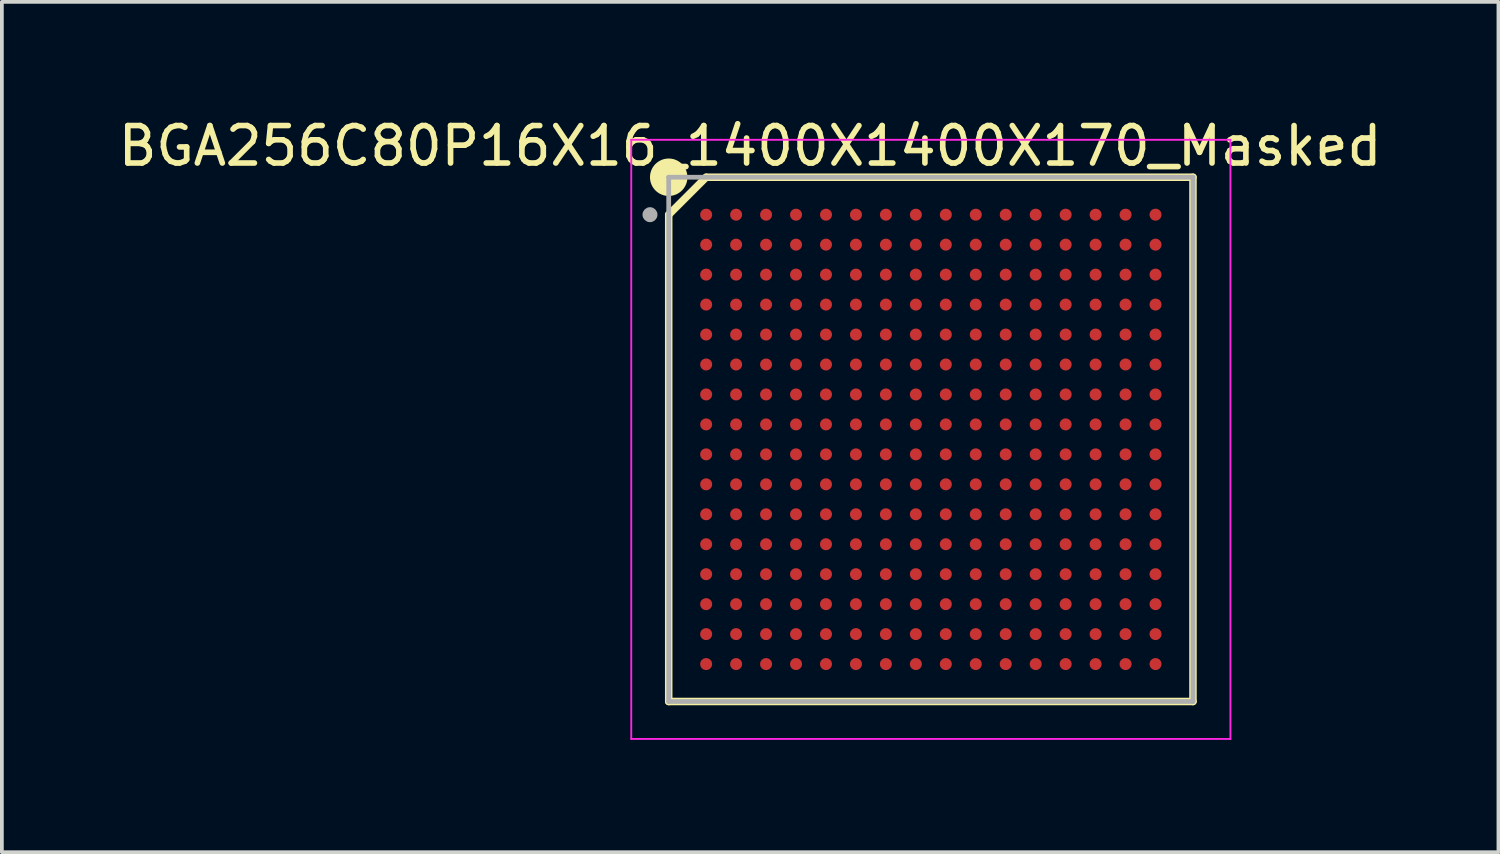
<source format=kicad_pcb>
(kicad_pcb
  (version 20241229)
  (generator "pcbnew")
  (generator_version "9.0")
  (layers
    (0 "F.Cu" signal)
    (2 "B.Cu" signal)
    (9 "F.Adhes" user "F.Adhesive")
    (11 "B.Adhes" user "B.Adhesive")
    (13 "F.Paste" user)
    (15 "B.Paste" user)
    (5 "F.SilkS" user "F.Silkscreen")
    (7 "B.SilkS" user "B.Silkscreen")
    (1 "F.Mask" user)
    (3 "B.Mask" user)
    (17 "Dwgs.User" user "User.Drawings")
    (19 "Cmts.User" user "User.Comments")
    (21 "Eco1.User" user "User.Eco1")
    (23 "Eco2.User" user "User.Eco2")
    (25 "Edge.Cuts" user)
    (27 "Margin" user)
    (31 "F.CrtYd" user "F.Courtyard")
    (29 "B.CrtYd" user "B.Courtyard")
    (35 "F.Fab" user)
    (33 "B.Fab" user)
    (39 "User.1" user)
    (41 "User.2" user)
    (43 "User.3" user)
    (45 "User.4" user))
  (footprint "BGA256C80P16X16_1400X1400X170_Masked"
    (layer "F.Cu")
    (at 21.807 8.683)
    (property "Reference" "BGA256C80P16X16_1400X1400X170_Masked" (at -4.825 -7.835 0) (layer "F.SilkS") (effects (font (size 1 1) (thickness 0.15))))
    (attr smd)
    (fp_line (start -7 -6) (end -6 -7) (stroke (width 0.2) (type solid)) (layer "F.SilkS"))
    (fp_line (start -7 7) (end -7 -6) (stroke (width 0.2) (type solid)) (layer "F.SilkS"))
    (fp_line (start -6 -7) (end 7 -7) (stroke (width 0.2) (type solid)) (layer "F.SilkS"))
    (fp_line (start 7 -7) (end 7 7) (stroke (width 0.2) (type solid)) (layer "F.SilkS"))
    (fp_line (start 7 7) (end -7 7) (stroke (width 0.2) (type solid)) (layer "F.SilkS"))
    (fp_circle (center -7 -7) (end -7 -7.4) (stroke (width 0.2) (type solid)) (fill yes) (layer "F.SilkS"))
    (fp_line (start -8 -8) (end 8 -8) (stroke (width 0.05) (type solid)) (layer "F.CrtYd"))
    (fp_line (start -8 8) (end -8 -8) (stroke (width 0.05) (type solid)) (layer "F.CrtYd"))
    (fp_line (start -8 8) (end 8 8) (stroke (width 0.05) (type solid)) (layer "F.CrtYd"))
    (fp_line (start 8 8) (end 8 -8) (stroke (width 0.05) (type solid)) (layer "F.CrtYd"))
    (fp_line (start -7 7) (end -7 -7) (stroke (width 0.127) (type solid)) (layer "F.Fab"))
    (fp_line (start 7 -7) (end -7 -7) (stroke (width 0.127) (type solid)) (layer "F.Fab"))
    (fp_line (start 7 7) (end -7 7) (stroke (width 0.127) (type solid)) (layer "F.Fab"))
    (fp_line (start 7 7) (end 7 -7) (stroke (width 0.127) (type solid)) (layer "F.Fab"))
    (fp_circle (center -7.5 -6) (end -7.4 -6) (stroke (width 0.2) (type solid)) (fill no) (layer "F.Fab"))
    (pad "A1" smd circle (at -6 -6) (size 0.32 0.32) (property pad_prop_bga) (layers "F.Cu" "F.Mask" "F.Paste"))
    (pad "A2" smd circle (at -5.2 -6) (size 0.32 0.32) (property pad_prop_bga) (layers "F.Cu" "F.Mask" "F.Paste"))
    (pad "A3" smd circle (at -4.4 -6) (size 0.32 0.32) (property pad_prop_bga) (layers "F.Cu" "F.Mask" "F.Paste"))
    (pad "A4" smd circle (at -3.6 -6) (size 0.32 0.32) (property pad_prop_bga) (layers "F.Cu" "F.Mask" "F.Paste"))
    (pad "A5" smd circle (at -2.8 -6) (size 0.32 0.32) (property pad_prop_bga) (layers "F.Cu" "F.Mask" "F.Paste"))
    (pad "A6" smd circle (at -2 -6) (size 0.32 0.32) (property pad_prop_bga) (layers "F.Cu" "F.Mask" "F.Paste"))
    (pad "A7" smd circle (at -1.2 -6) (size 0.32 0.32) (property pad_prop_bga) (layers "F.Cu" "F.Mask" "F.Paste"))
    (pad "A8" smd circle (at -0.4 -6) (size 0.32 0.32) (property pad_prop_bga) (layers "F.Cu" "F.Mask" "F.Paste"))
    (pad "A9" smd circle (at 0.4 -6) (size 0.32 0.32) (property pad_prop_bga) (layers "F.Cu" "F.Mask" "F.Paste"))
    (pad "A10" smd circle (at 1.2 -6) (size 0.32 0.32) (property pad_prop_bga) (layers "F.Cu" "F.Mask" "F.Paste"))
    (pad "A11" smd circle (at 2 -6) (size 0.32 0.32) (property pad_prop_bga) (layers "F.Cu" "F.Mask" "F.Paste"))
    (pad "A12" smd circle (at 2.8 -6) (size 0.32 0.32) (property pad_prop_bga) (layers "F.Cu" "F.Mask" "F.Paste"))
    (pad "A13" smd circle (at 3.6 -6) (size 0.32 0.32) (property pad_prop_bga) (layers "F.Cu" "F.Mask" "F.Paste"))
    (pad "A14" smd circle (at 4.4 -6) (size 0.32 0.32) (property pad_prop_bga) (layers "F.Cu" "F.Mask" "F.Paste"))
    (pad "A15" smd circle (at 5.2 -6) (size 0.32 0.32) (property pad_prop_bga) (layers "F.Cu" "F.Mask" "F.Paste"))
    (pad "A16" smd circle (at 6 -6) (size 0.32 0.32) (property pad_prop_bga) (layers "F.Cu" "F.Mask" "F.Paste"))
    (pad "B1" smd circle (at -6 -5.2) (size 0.32 0.32) (property pad_prop_bga) (layers "F.Cu" "F.Mask" "F.Paste"))
    (pad "B2" smd circle (at -5.2 -5.2) (size 0.32 0.32) (property pad_prop_bga) (layers "F.Cu" "F.Mask" "F.Paste"))
    (pad "B3" smd circle (at -4.4 -5.2) (size 0.32 0.32) (property pad_prop_bga) (layers "F.Cu" "F.Mask" "F.Paste"))
    (pad "B4" smd circle (at -3.6 -5.2) (size 0.32 0.32) (property pad_prop_bga) (layers "F.Cu" "F.Mask" "F.Paste"))
    (pad "B5" smd circle (at -2.8 -5.2) (size 0.32 0.32) (property pad_prop_bga) (layers "F.Cu" "F.Mask" "F.Paste"))
    (pad "B6" smd circle (at -2 -5.2) (size 0.32 0.32) (property pad_prop_bga) (layers "F.Cu" "F.Mask" "F.Paste"))
    (pad "B7" smd circle (at -1.2 -5.2) (size 0.32 0.32) (property pad_prop_bga) (layers "F.Cu" "F.Mask" "F.Paste"))
    (pad "B8" smd circle (at -0.4 -5.2) (size 0.32 0.32) (property pad_prop_bga) (layers "F.Cu" "F.Mask" "F.Paste"))
    (pad "B9" smd circle (at 0.4 -5.2) (size 0.32 0.32) (property pad_prop_bga) (layers "F.Cu" "F.Mask" "F.Paste"))
    (pad "B10" smd circle (at 1.2 -5.2) (size 0.32 0.32) (property pad_prop_bga) (layers "F.Cu" "F.Mask" "F.Paste"))
    (pad "B11" smd circle (at 2 -5.2) (size 0.32 0.32) (property pad_prop_bga) (layers "F.Cu" "F.Mask" "F.Paste"))
    (pad "B12" smd circle (at 2.8 -5.2) (size 0.32 0.32) (property pad_prop_bga) (layers "F.Cu" "F.Mask" "F.Paste"))
    (pad "B13" smd circle (at 3.6 -5.2) (size 0.32 0.32) (property pad_prop_bga) (layers "F.Cu" "F.Mask" "F.Paste"))
    (pad "B14" smd circle (at 4.4 -5.2) (size 0.32 0.32) (property pad_prop_bga) (layers "F.Cu" "F.Mask" "F.Paste"))
    (pad "B15" smd circle (at 5.2 -5.2) (size 0.32 0.32) (property pad_prop_bga) (layers "F.Cu" "F.Mask" "F.Paste"))
    (pad "B16" smd circle (at 6 -5.2) (size 0.32 0.32) (property pad_prop_bga) (layers "F.Cu" "F.Mask" "F.Paste"))
    (pad "C1" smd circle (at -6 -4.4) (size 0.32 0.32) (property pad_prop_bga) (layers "F.Cu" "F.Mask" "F.Paste"))
    (pad "C2" smd circle (at -5.2 -4.4) (size 0.32 0.32) (property pad_prop_bga) (layers "F.Cu" "F.Mask" "F.Paste"))
    (pad "C3" smd circle (at -4.4 -4.4) (size 0.32 0.32) (property pad_prop_bga) (layers "F.Cu" "F.Mask" "F.Paste"))
    (pad "C4" smd circle (at -3.6 -4.4) (size 0.32 0.32) (property pad_prop_bga) (layers "F.Cu" "F.Mask" "F.Paste"))
    (pad "C5" smd circle (at -2.8 -4.4) (size 0.32 0.32) (property pad_prop_bga) (layers "F.Cu" "F.Mask" "F.Paste"))
    (pad "C6" smd circle (at -2 -4.4) (size 0.32 0.32) (property pad_prop_bga) (layers "F.Cu" "F.Mask" "F.Paste"))
    (pad "C7" smd circle (at -1.2 -4.4) (size 0.32 0.32) (property pad_prop_bga) (layers "F.Cu" "F.Mask" "F.Paste"))
    (pad "C8" smd circle (at -0.4 -4.4) (size 0.32 0.32) (property pad_prop_bga) (layers "F.Cu" "F.Mask" "F.Paste"))
    (pad "C9" smd circle (at 0.4 -4.4) (size 0.32 0.32) (property pad_prop_bga) (layers "F.Cu" "F.Mask" "F.Paste"))
    (pad "C10" smd circle (at 1.2 -4.4) (size 0.32 0.32) (property pad_prop_bga) (layers "F.Cu" "F.Mask" "F.Paste"))
    (pad "C11" smd circle (at 2 -4.4) (size 0.32 0.32) (property pad_prop_bga) (layers "F.Cu" "F.Mask" "F.Paste"))
    (pad "C12" smd circle (at 2.8 -4.4) (size 0.32 0.32) (property pad_prop_bga) (layers "F.Cu" "F.Mask" "F.Paste"))
    (pad "C13" smd circle (at 3.6 -4.4) (size 0.32 0.32) (property pad_prop_bga) (layers "F.Cu" "F.Mask" "F.Paste"))
    (pad "C14" smd circle (at 4.4 -4.4) (size 0.32 0.32) (property pad_prop_bga) (layers "F.Cu" "F.Mask" "F.Paste"))
    (pad "C15" smd circle (at 5.2 -4.4) (size 0.32 0.32) (property pad_prop_bga) (layers "F.Cu" "F.Mask" "F.Paste"))
    (pad "C16" smd circle (at 6 -4.4) (size 0.32 0.32) (property pad_prop_bga) (layers "F.Cu" "F.Mask" "F.Paste"))
    (pad "D1" smd circle (at -6 -3.6) (size 0.32 0.32) (property pad_prop_bga) (layers "F.Cu" "F.Mask" "F.Paste"))
    (pad "D2" smd circle (at -5.2 -3.6) (size 0.32 0.32) (property pad_prop_bga) (layers "F.Cu" "F.Mask" "F.Paste"))
    (pad "D3" smd circle (at -4.4 -3.6) (size 0.32 0.32) (property pad_prop_bga) (layers "F.Cu" "F.Mask" "F.Paste"))
    (pad "D4" smd circle (at -3.6 -3.6) (size 0.32 0.32) (property pad_prop_bga) (layers "F.Cu" "F.Mask" "F.Paste"))
    (pad "D5" smd circle (at -2.8 -3.6) (size 0.32 0.32) (property pad_prop_bga) (layers "F.Cu" "F.Mask" "F.Paste"))
    (pad "D6" smd circle (at -2 -3.6) (size 0.32 0.32) (property pad_prop_bga) (layers "F.Cu" "F.Mask" "F.Paste"))
    (pad "D7" smd circle (at -1.2 -3.6) (size 0.32 0.32) (property pad_prop_bga) (layers "F.Cu" "F.Mask" "F.Paste"))
    (pad "D8" smd circle (at -0.4 -3.6) (size 0.32 0.32) (property pad_prop_bga) (layers "F.Cu" "F.Mask" "F.Paste"))
    (pad "D9" smd circle (at 0.4 -3.6) (size 0.32 0.32) (property pad_prop_bga) (layers "F.Cu" "F.Mask" "F.Paste"))
    (pad "D10" smd circle (at 1.2 -3.6) (size 0.32 0.32) (property pad_prop_bga) (layers "F.Cu" "F.Mask" "F.Paste"))
    (pad "D11" smd circle (at 2 -3.6) (size 0.32 0.32) (property pad_prop_bga) (layers "F.Cu" "F.Mask" "F.Paste"))
    (pad "D12" smd circle (at 2.8 -3.6) (size 0.32 0.32) (property pad_prop_bga) (layers "F.Cu" "F.Mask" "F.Paste"))
    (pad "D13" smd circle (at 3.6 -3.6) (size 0.32 0.32) (property pad_prop_bga) (layers "F.Cu" "F.Mask" "F.Paste"))
    (pad "D14" smd circle (at 4.4 -3.6) (size 0.32 0.32) (property pad_prop_bga) (layers "F.Cu" "F.Mask" "F.Paste"))
    (pad "D15" smd circle (at 5.2 -3.6) (size 0.32 0.32) (property pad_prop_bga) (layers "F.Cu" "F.Mask" "F.Paste"))
    (pad "D16" smd circle (at 6 -3.6) (size 0.32 0.32) (property pad_prop_bga) (layers "F.Cu" "F.Mask" "F.Paste"))
    (pad "E1" smd circle (at -6 -2.8) (size 0.32 0.32) (property pad_prop_bga) (layers "F.Cu" "F.Mask" "F.Paste"))
    (pad "E2" smd circle (at -5.2 -2.8) (size 0.32 0.32) (property pad_prop_bga) (layers "F.Cu" "F.Mask" "F.Paste"))
    (pad "E3" smd circle (at -4.4 -2.8) (size 0.32 0.32) (property pad_prop_bga) (layers "F.Cu" "F.Mask" "F.Paste"))
    (pad "E4" smd circle (at -3.6 -2.8) (size 0.32 0.32) (property pad_prop_bga) (layers "F.Cu" "F.Mask" "F.Paste"))
    (pad "E5" smd circle (at -2.8 -2.8) (size 0.32 0.32) (property pad_prop_bga) (layers "F.Cu" "F.Mask" "F.Paste"))
    (pad "E6" smd circle (at -2 -2.8) (size 0.32 0.32) (property pad_prop_bga) (layers "F.Cu" "F.Mask" "F.Paste"))
    (pad "E7" smd circle (at -1.2 -2.8) (size 0.32 0.32) (property pad_prop_bga) (layers "F.Cu" "F.Mask" "F.Paste"))
    (pad "E8" smd circle (at -0.4 -2.8) (size 0.32 0.32) (property pad_prop_bga) (layers "F.Cu" "F.Mask" "F.Paste"))
    (pad "E9" smd circle (at 0.4 -2.8) (size 0.32 0.32) (property pad_prop_bga) (layers "F.Cu" "F.Mask" "F.Paste"))
    (pad "E10" smd circle (at 1.2 -2.8) (size 0.32 0.32) (property pad_prop_bga) (layers "F.Cu" "F.Mask" "F.Paste"))
    (pad "E11" smd circle (at 2 -2.8) (size 0.32 0.32) (property pad_prop_bga) (layers "F.Cu" "F.Mask" "F.Paste"))
    (pad "E12" smd circle (at 2.8 -2.8) (size 0.32 0.32) (property pad_prop_bga) (layers "F.Cu" "F.Mask" "F.Paste"))
    (pad "E13" smd circle (at 3.6 -2.8) (size 0.32 0.32) (property pad_prop_bga) (layers "F.Cu" "F.Mask" "F.Paste"))
    (pad "E14" smd circle (at 4.4 -2.8) (size 0.32 0.32) (property pad_prop_bga) (layers "F.Cu" "F.Mask" "F.Paste"))
    (pad "E15" smd circle (at 5.2 -2.8) (size 0.32 0.32) (property pad_prop_bga) (layers "F.Cu" "F.Mask" "F.Paste"))
    (pad "E16" smd circle (at 6 -2.8) (size 0.32 0.32) (property pad_prop_bga) (layers "F.Cu" "F.Mask" "F.Paste"))
    (pad "F1" smd circle (at -6 -2) (size 0.32 0.32) (property pad_prop_bga) (layers "F.Cu" "F.Mask" "F.Paste"))
    (pad "F2" smd circle (at -5.2 -2) (size 0.32 0.32) (property pad_prop_bga) (layers "F.Cu" "F.Mask" "F.Paste"))
    (pad "F3" smd circle (at -4.4 -2) (size 0.32 0.32) (property pad_prop_bga) (layers "F.Cu" "F.Mask" "F.Paste"))
    (pad "F4" smd circle (at -3.6 -2) (size 0.32 0.32) (property pad_prop_bga) (layers "F.Cu" "F.Mask" "F.Paste"))
    (pad "F5" smd circle (at -2.8 -2) (size 0.32 0.32) (property pad_prop_bga) (layers "F.Cu" "F.Mask" "F.Paste"))
    (pad "F6" smd circle (at -2 -2) (size 0.32 0.32) (property pad_prop_bga) (layers "F.Cu" "F.Mask" "F.Paste"))
    (pad "F7" smd circle (at -1.2 -2) (size 0.32 0.32) (property pad_prop_bga) (layers "F.Cu" "F.Mask" "F.Paste"))
    (pad "F8" smd circle (at -0.4 -2) (size 0.32 0.32) (property pad_prop_bga) (layers "F.Cu" "F.Mask" "F.Paste"))
    (pad "F9" smd circle (at 0.4 -2) (size 0.32 0.32) (property pad_prop_bga) (layers "F.Cu" "F.Mask" "F.Paste"))
    (pad "F10" smd circle (at 1.2 -2) (size 0.32 0.32) (property pad_prop_bga) (layers "F.Cu" "F.Mask" "F.Paste"))
    (pad "F11" smd circle (at 2 -2) (size 0.32 0.32) (property pad_prop_bga) (layers "F.Cu" "F.Mask" "F.Paste"))
    (pad "F12" smd circle (at 2.8 -2) (size 0.32 0.32) (property pad_prop_bga) (layers "F.Cu" "F.Mask" "F.Paste"))
    (pad "F13" smd circle (at 3.6 -2) (size 0.32 0.32) (property pad_prop_bga) (layers "F.Cu" "F.Mask" "F.Paste"))
    (pad "F14" smd circle (at 4.4 -2) (size 0.32 0.32) (property pad_prop_bga) (layers "F.Cu" "F.Mask" "F.Paste"))
    (pad "F15" smd circle (at 5.2 -2) (size 0.32 0.32) (property pad_prop_bga) (layers "F.Cu" "F.Mask" "F.Paste"))
    (pad "F16" smd circle (at 6 -2) (size 0.32 0.32) (property pad_prop_bga) (layers "F.Cu" "F.Mask" "F.Paste"))
    (pad "G1" smd circle (at -6 -1.2) (size 0.32 0.32) (property pad_prop_bga) (layers "F.Cu" "F.Mask" "F.Paste"))
    (pad "G2" smd circle (at -5.2 -1.2) (size 0.32 0.32) (property pad_prop_bga) (layers "F.Cu" "F.Mask" "F.Paste"))
    (pad "G3" smd circle (at -4.4 -1.2) (size 0.32 0.32) (property pad_prop_bga) (layers "F.Cu" "F.Mask" "F.Paste"))
    (pad "G4" smd circle (at -3.6 -1.2) (size 0.32 0.32) (property pad_prop_bga) (layers "F.Cu" "F.Mask" "F.Paste"))
    (pad "G5" smd circle (at -2.8 -1.2) (size 0.32 0.32) (property pad_prop_bga) (layers "F.Cu" "F.Mask" "F.Paste"))
    (pad "G6" smd circle (at -2 -1.2) (size 0.32 0.32) (property pad_prop_bga) (layers "F.Cu" "F.Mask" "F.Paste"))
    (pad "G7" smd circle (at -1.2 -1.2) (size 0.32 0.32) (property pad_prop_bga) (layers "F.Cu" "F.Mask" "F.Paste"))
    (pad "G8" smd circle (at -0.4 -1.2) (size 0.32 0.32) (property pad_prop_bga) (layers "F.Cu" "F.Mask" "F.Paste"))
    (pad "G9" smd circle (at 0.4 -1.2) (size 0.32 0.32) (property pad_prop_bga) (layers "F.Cu" "F.Mask" "F.Paste"))
    (pad "G10" smd circle (at 1.2 -1.2) (size 0.32 0.32) (property pad_prop_bga) (layers "F.Cu" "F.Mask" "F.Paste"))
    (pad "G11" smd circle (at 2 -1.2) (size 0.32 0.32) (property pad_prop_bga) (layers "F.Cu" "F.Mask" "F.Paste"))
    (pad "G12" smd circle (at 2.8 -1.2) (size 0.32 0.32) (property pad_prop_bga) (layers "F.Cu" "F.Mask" "F.Paste"))
    (pad "G13" smd circle (at 3.6 -1.2) (size 0.32 0.32) (property pad_prop_bga) (layers "F.Cu" "F.Mask" "F.Paste"))
    (pad "G14" smd circle (at 4.4 -1.2) (size 0.32 0.32) (property pad_prop_bga) (layers "F.Cu" "F.Mask" "F.Paste"))
    (pad "G15" smd circle (at 5.2 -1.2) (size 0.32 0.32) (property pad_prop_bga) (layers "F.Cu" "F.Mask" "F.Paste"))
    (pad "G16" smd circle (at 6 -1.2) (size 0.32 0.32) (property pad_prop_bga) (layers "F.Cu" "F.Mask" "F.Paste"))
    (pad "H1" smd circle (at -6 -0.4) (size 0.32 0.32) (property pad_prop_bga) (layers "F.Cu" "F.Mask" "F.Paste"))
    (pad "H2" smd circle (at -5.2 -0.4) (size 0.32 0.32) (property pad_prop_bga) (layers "F.Cu" "F.Mask" "F.Paste"))
    (pad "H3" smd circle (at -4.4 -0.4) (size 0.32 0.32) (property pad_prop_bga) (layers "F.Cu" "F.Mask" "F.Paste"))
    (pad "H4" smd circle (at -3.6 -0.4) (size 0.32 0.32) (property pad_prop_bga) (layers "F.Cu" "F.Mask" "F.Paste"))
    (pad "H5" smd circle (at -2.8 -0.4) (size 0.32 0.32) (property pad_prop_bga) (layers "F.Cu" "F.Mask" "F.Paste"))
    (pad "H6" smd circle (at -2 -0.4) (size 0.32 0.32) (property pad_prop_bga) (layers "F.Cu" "F.Mask" "F.Paste"))
    (pad "H7" smd circle (at -1.2 -0.4) (size 0.32 0.32) (property pad_prop_bga) (layers "F.Cu" "F.Mask" "F.Paste"))
    (pad "H8" smd circle (at -0.4 -0.4) (size 0.32 0.32) (property pad_prop_bga) (layers "F.Cu" "F.Mask" "F.Paste"))
    (pad "H9" smd circle (at 0.4 -0.4) (size 0.32 0.32) (property pad_prop_bga) (layers "F.Cu" "F.Mask" "F.Paste"))
    (pad "H10" smd circle (at 1.2 -0.4) (size 0.32 0.32) (property pad_prop_bga) (layers "F.Cu" "F.Mask" "F.Paste"))
    (pad "H11" smd circle (at 2 -0.4) (size 0.32 0.32) (property pad_prop_bga) (layers "F.Cu" "F.Mask" "F.Paste"))
    (pad "H12" smd circle (at 2.8 -0.4) (size 0.32 0.32) (property pad_prop_bga) (layers "F.Cu" "F.Mask" "F.Paste"))
    (pad "H13" smd circle (at 3.6 -0.4) (size 0.32 0.32) (property pad_prop_bga) (layers "F.Cu" "F.Mask" "F.Paste"))
    (pad "H14" smd circle (at 4.4 -0.4) (size 0.32 0.32) (property pad_prop_bga) (layers "F.Cu" "F.Mask" "F.Paste"))
    (pad "H15" smd circle (at 5.2 -0.4) (size 0.32 0.32) (property pad_prop_bga) (layers "F.Cu" "F.Mask" "F.Paste"))
    (pad "H16" smd circle (at 6 -0.4) (size 0.32 0.32) (property pad_prop_bga) (layers "F.Cu" "F.Mask" "F.Paste"))
    (pad "J1" smd circle (at -6 0.4) (size 0.32 0.32) (property pad_prop_bga) (layers "F.Cu" "F.Mask" "F.Paste"))
    (pad "J2" smd circle (at -5.2 0.4) (size 0.32 0.32) (property pad_prop_bga) (layers "F.Cu" "F.Mask" "F.Paste"))
    (pad "J3" smd circle (at -4.4 0.4) (size 0.32 0.32) (property pad_prop_bga) (layers "F.Cu" "F.Mask" "F.Paste"))
    (pad "J4" smd circle (at -3.6 0.4) (size 0.32 0.32) (property pad_prop_bga) (layers "F.Cu" "F.Mask" "F.Paste"))
    (pad "J5" smd circle (at -2.8 0.4) (size 0.32 0.32) (property pad_prop_bga) (layers "F.Cu" "F.Mask" "F.Paste"))
    (pad "J6" smd circle (at -2 0.4) (size 0.32 0.32) (property pad_prop_bga) (layers "F.Cu" "F.Mask" "F.Paste"))
    (pad "J7" smd circle (at -1.2 0.4) (size 0.32 0.32) (property pad_prop_bga) (layers "F.Cu" "F.Mask" "F.Paste"))
    (pad "J8" smd circle (at -0.4 0.4) (size 0.32 0.32) (property pad_prop_bga) (layers "F.Cu" "F.Mask" "F.Paste"))
    (pad "J9" smd circle (at 0.4 0.4) (size 0.32 0.32) (property pad_prop_bga) (layers "F.Cu" "F.Mask" "F.Paste"))
    (pad "J10" smd circle (at 1.2 0.4) (size 0.32 0.32) (property pad_prop_bga) (layers "F.Cu" "F.Mask" "F.Paste"))
    (pad "J11" smd circle (at 2 0.4) (size 0.32 0.32) (property pad_prop_bga) (layers "F.Cu" "F.Mask" "F.Paste"))
    (pad "J12" smd circle (at 2.8 0.4) (size 0.32 0.32) (property pad_prop_bga) (layers "F.Cu" "F.Mask" "F.Paste"))
    (pad "J13" smd circle (at 3.6 0.4) (size 0.32 0.32) (property pad_prop_bga) (layers "F.Cu" "F.Mask" "F.Paste"))
    (pad "J14" smd circle (at 4.4 0.4) (size 0.32 0.32) (property pad_prop_bga) (layers "F.Cu" "F.Mask" "F.Paste"))
    (pad "J15" smd circle (at 5.2 0.4) (size 0.32 0.32) (property pad_prop_bga) (layers "F.Cu" "F.Mask" "F.Paste"))
    (pad "J16" smd circle (at 6 0.4) (size 0.32 0.32) (property pad_prop_bga) (layers "F.Cu" "F.Mask" "F.Paste"))
    (pad "K1" smd circle (at -6 1.2) (size 0.32 0.32) (property pad_prop_bga) (layers "F.Cu" "F.Mask" "F.Paste"))
    (pad "K2" smd circle (at -5.2 1.2) (size 0.32 0.32) (property pad_prop_bga) (layers "F.Cu" "F.Mask" "F.Paste"))
    (pad "K3" smd circle (at -4.4 1.2) (size 0.32 0.32) (property pad_prop_bga) (layers "F.Cu" "F.Mask" "F.Paste"))
    (pad "K4" smd circle (at -3.6 1.2) (size 0.32 0.32) (property pad_prop_bga) (layers "F.Cu" "F.Mask" "F.Paste"))
    (pad "K5" smd circle (at -2.8 1.2) (size 0.32 0.32) (property pad_prop_bga) (layers "F.Cu" "F.Mask" "F.Paste"))
    (pad "K6" smd circle (at -2 1.2) (size 0.32 0.32) (property pad_prop_bga) (layers "F.Cu" "F.Mask" "F.Paste"))
    (pad "K7" smd circle (at -1.2 1.2) (size 0.32 0.32) (property pad_prop_bga) (layers "F.Cu" "F.Mask" "F.Paste"))
    (pad "K8" smd circle (at -0.4 1.2) (size 0.32 0.32) (property pad_prop_bga) (layers "F.Cu" "F.Mask" "F.Paste"))
    (pad "K9" smd circle (at 0.4 1.2) (size 0.32 0.32) (property pad_prop_bga) (layers "F.Cu" "F.Mask" "F.Paste"))
    (pad "K10" smd circle (at 1.2 1.2) (size 0.32 0.32) (property pad_prop_bga) (layers "F.Cu" "F.Mask" "F.Paste"))
    (pad "K11" smd circle (at 2 1.2) (size 0.32 0.32) (property pad_prop_bga) (layers "F.Cu" "F.Mask" "F.Paste"))
    (pad "K12" smd circle (at 2.8 1.2) (size 0.32 0.32) (property pad_prop_bga) (layers "F.Cu" "F.Mask" "F.Paste"))
    (pad "K13" smd circle (at 3.6 1.2) (size 0.32 0.32) (property pad_prop_bga) (layers "F.Cu" "F.Mask" "F.Paste"))
    (pad "K14" smd circle (at 4.4 1.2) (size 0.32 0.32) (property pad_prop_bga) (layers "F.Cu" "F.Mask" "F.Paste"))
    (pad "K15" smd circle (at 5.2 1.2) (size 0.32 0.32) (property pad_prop_bga) (layers "F.Cu" "F.Mask" "F.Paste"))
    (pad "K16" smd circle (at 6 1.2) (size 0.32 0.32) (property pad_prop_bga) (layers "F.Cu" "F.Mask" "F.Paste"))
    (pad "L1" smd circle (at -6 2) (size 0.32 0.32) (property pad_prop_bga) (layers "F.Cu" "F.Mask" "F.Paste"))
    (pad "L2" smd circle (at -5.2 2) (size 0.32 0.32) (property pad_prop_bga) (layers "F.Cu" "F.Mask" "F.Paste"))
    (pad "L3" smd circle (at -4.4 2) (size 0.32 0.32) (property pad_prop_bga) (layers "F.Cu" "F.Mask" "F.Paste"))
    (pad "L4" smd circle (at -3.6 2) (size 0.32 0.32) (property pad_prop_bga) (layers "F.Cu" "F.Mask" "F.Paste"))
    (pad "L5" smd circle (at -2.8 2) (size 0.32 0.32) (property pad_prop_bga) (layers "F.Cu" "F.Mask" "F.Paste"))
    (pad "L6" smd circle (at -2 2) (size 0.32 0.32) (property pad_prop_bga) (layers "F.Cu" "F.Mask" "F.Paste"))
    (pad "L7" smd circle (at -1.2 2) (size 0.32 0.32) (property pad_prop_bga) (layers "F.Cu" "F.Mask" "F.Paste"))
    (pad "L8" smd circle (at -0.4 2) (size 0.32 0.32) (property pad_prop_bga) (layers "F.Cu" "F.Mask" "F.Paste"))
    (pad "L9" smd circle (at 0.4 2) (size 0.32 0.32) (property pad_prop_bga) (layers "F.Cu" "F.Mask" "F.Paste"))
    (pad "L10" smd circle (at 1.2 2) (size 0.32 0.32) (property pad_prop_bga) (layers "F.Cu" "F.Mask" "F.Paste"))
    (pad "L11" smd circle (at 2 2) (size 0.32 0.32) (property pad_prop_bga) (layers "F.Cu" "F.Mask" "F.Paste"))
    (pad "L12" smd circle (at 2.8 2) (size 0.32 0.32) (property pad_prop_bga) (layers "F.Cu" "F.Mask" "F.Paste"))
    (pad "L13" smd circle (at 3.6 2) (size 0.32 0.32) (property pad_prop_bga) (layers "F.Cu" "F.Mask" "F.Paste"))
    (pad "L14" smd circle (at 4.4 2) (size 0.32 0.32) (property pad_prop_bga) (layers "F.Cu" "F.Mask" "F.Paste"))
    (pad "L15" smd circle (at 5.2 2) (size 0.32 0.32) (property pad_prop_bga) (layers "F.Cu" "F.Mask" "F.Paste"))
    (pad "L16" smd circle (at 6 2) (size 0.32 0.32) (property pad_prop_bga) (layers "F.Cu" "F.Mask" "F.Paste"))
    (pad "M1" smd circle (at -6 2.8) (size 0.32 0.32) (property pad_prop_bga) (layers "F.Cu" "F.Mask" "F.Paste"))
    (pad "M2" smd circle (at -5.2 2.8) (size 0.32 0.32) (property pad_prop_bga) (layers "F.Cu" "F.Mask" "F.Paste"))
    (pad "M3" smd circle (at -4.4 2.8) (size 0.32 0.32) (property pad_prop_bga) (layers "F.Cu" "F.Mask" "F.Paste"))
    (pad "M4" smd circle (at -3.6 2.8) (size 0.32 0.32) (property pad_prop_bga) (layers "F.Cu" "F.Mask" "F.Paste"))
    (pad "M5" smd circle (at -2.8 2.8) (size 0.32 0.32) (property pad_prop_bga) (layers "F.Cu" "F.Mask" "F.Paste"))
    (pad "M6" smd circle (at -2 2.8) (size 0.32 0.32) (property pad_prop_bga) (layers "F.Cu" "F.Mask" "F.Paste"))
    (pad "M7" smd circle (at -1.2 2.8) (size 0.32 0.32) (property pad_prop_bga) (layers "F.Cu" "F.Mask" "F.Paste"))
    (pad "M8" smd circle (at -0.4 2.8) (size 0.32 0.32) (property pad_prop_bga) (layers "F.Cu" "F.Mask" "F.Paste"))
    (pad "M9" smd circle (at 0.4 2.8) (size 0.32 0.32) (property pad_prop_bga) (layers "F.Cu" "F.Mask" "F.Paste"))
    (pad "M10" smd circle (at 1.2 2.8) (size 0.32 0.32) (property pad_prop_bga) (layers "F.Cu" "F.Mask" "F.Paste"))
    (pad "M11" smd circle (at 2 2.8) (size 0.32 0.32) (property pad_prop_bga) (layers "F.Cu" "F.Mask" "F.Paste"))
    (pad "M12" smd circle (at 2.8 2.8) (size 0.32 0.32) (property pad_prop_bga) (layers "F.Cu" "F.Mask" "F.Paste"))
    (pad "M13" smd circle (at 3.6 2.8) (size 0.32 0.32) (property pad_prop_bga) (layers "F.Cu" "F.Mask" "F.Paste"))
    (pad "M14" smd circle (at 4.4 2.8) (size 0.32 0.32) (property pad_prop_bga) (layers "F.Cu" "F.Mask" "F.Paste"))
    (pad "M15" smd circle (at 5.2 2.8) (size 0.32 0.32) (property pad_prop_bga) (layers "F.Cu" "F.Mask" "F.Paste"))
    (pad "M16" smd circle (at 6 2.8) (size 0.32 0.32) (property pad_prop_bga) (layers "F.Cu" "F.Mask" "F.Paste"))
    (pad "N1" smd circle (at -6 3.6) (size 0.32 0.32) (property pad_prop_bga) (layers "F.Cu" "F.Mask" "F.Paste"))
    (pad "N2" smd circle (at -5.2 3.6) (size 0.32 0.32) (property pad_prop_bga) (layers "F.Cu" "F.Mask" "F.Paste"))
    (pad "N3" smd circle (at -4.4 3.6) (size 0.32 0.32) (property pad_prop_bga) (layers "F.Cu" "F.Mask" "F.Paste"))
    (pad "N4" smd circle (at -3.6 3.6) (size 0.32 0.32) (property pad_prop_bga) (layers "F.Cu" "F.Mask" "F.Paste"))
    (pad "N5" smd circle (at -2.8 3.6) (size 0.32 0.32) (property pad_prop_bga) (layers "F.Cu" "F.Mask" "F.Paste"))
    (pad "N6" smd circle (at -2 3.6) (size 0.32 0.32) (property pad_prop_bga) (layers "F.Cu" "F.Mask" "F.Paste"))
    (pad "N7" smd circle (at -1.2 3.6) (size 0.32 0.32) (property pad_prop_bga) (layers "F.Cu" "F.Mask" "F.Paste"))
    (pad "N8" smd circle (at -0.4 3.6) (size 0.32 0.32) (property pad_prop_bga) (layers "F.Cu" "F.Mask" "F.Paste"))
    (pad "N9" smd circle (at 0.4 3.6) (size 0.32 0.32) (property pad_prop_bga) (layers "F.Cu" "F.Mask" "F.Paste"))
    (pad "N10" smd circle (at 1.2 3.6) (size 0.32 0.32) (property pad_prop_bga) (layers "F.Cu" "F.Mask" "F.Paste"))
    (pad "N11" smd circle (at 2 3.6) (size 0.32 0.32) (property pad_prop_bga) (layers "F.Cu" "F.Mask" "F.Paste"))
    (pad "N12" smd circle (at 2.8 3.6) (size 0.32 0.32) (property pad_prop_bga) (layers "F.Cu" "F.Mask" "F.Paste"))
    (pad "N13" smd circle (at 3.6 3.6) (size 0.32 0.32) (property pad_prop_bga) (layers "F.Cu" "F.Mask" "F.Paste"))
    (pad "N14" smd circle (at 4.4 3.6) (size 0.32 0.32) (property pad_prop_bga) (layers "F.Cu" "F.Mask" "F.Paste"))
    (pad "N15" smd circle (at 5.2 3.6) (size 0.32 0.32) (property pad_prop_bga) (layers "F.Cu" "F.Mask" "F.Paste"))
    (pad "N16" smd circle (at 6 3.6) (size 0.32 0.32) (property pad_prop_bga) (layers "F.Cu" "F.Mask" "F.Paste"))
    (pad "P1" smd circle (at -6 4.4) (size 0.32 0.32) (property pad_prop_bga) (layers "F.Cu" "F.Mask" "F.Paste"))
    (pad "P2" smd circle (at -5.2 4.4) (size 0.32 0.32) (property pad_prop_bga) (layers "F.Cu" "F.Mask" "F.Paste"))
    (pad "P3" smd circle (at -4.4 4.4) (size 0.32 0.32) (property pad_prop_bga) (layers "F.Cu" "F.Mask" "F.Paste"))
    (pad "P4" smd circle (at -3.6 4.4) (size 0.32 0.32) (property pad_prop_bga) (layers "F.Cu" "F.Mask" "F.Paste"))
    (pad "P5" smd circle (at -2.8 4.4) (size 0.32 0.32) (property pad_prop_bga) (layers "F.Cu" "F.Mask" "F.Paste"))
    (pad "P6" smd circle (at -2 4.4) (size 0.32 0.32) (property pad_prop_bga) (layers "F.Cu" "F.Mask" "F.Paste"))
    (pad "P7" smd circle (at -1.2 4.4) (size 0.32 0.32) (property pad_prop_bga) (layers "F.Cu" "F.Mask" "F.Paste"))
    (pad "P8" smd circle (at -0.4 4.4) (size 0.32 0.32) (property pad_prop_bga) (layers "F.Cu" "F.Mask" "F.Paste"))
    (pad "P9" smd circle (at 0.4 4.4) (size 0.32 0.32) (property pad_prop_bga) (layers "F.Cu" "F.Mask" "F.Paste"))
    (pad "P10" smd circle (at 1.2 4.4) (size 0.32 0.32) (property pad_prop_bga) (layers "F.Cu" "F.Mask" "F.Paste"))
    (pad "P11" smd circle (at 2 4.4) (size 0.32 0.32) (property pad_prop_bga) (layers "F.Cu" "F.Mask" "F.Paste"))
    (pad "P12" smd circle (at 2.8 4.4) (size 0.32 0.32) (property pad_prop_bga) (layers "F.Cu" "F.Mask" "F.Paste"))
    (pad "P13" smd circle (at 3.6 4.4) (size 0.32 0.32) (property pad_prop_bga) (layers "F.Cu" "F.Mask" "F.Paste"))
    (pad "P14" smd circle (at 4.4 4.4) (size 0.32 0.32) (property pad_prop_bga) (layers "F.Cu" "F.Mask" "F.Paste"))
    (pad "P15" smd circle (at 5.2 4.4) (size 0.32 0.32) (property pad_prop_bga) (layers "F.Cu" "F.Mask" "F.Paste"))
    (pad "P16" smd circle (at 6 4.4) (size 0.32 0.32) (property pad_prop_bga) (layers "F.Cu" "F.Mask" "F.Paste"))
    (pad "R1" smd circle (at -6 5.2) (size 0.32 0.32) (property pad_prop_bga) (layers "F.Cu" "F.Mask" "F.Paste"))
    (pad "R2" smd circle (at -5.2 5.2) (size 0.32 0.32) (property pad_prop_bga) (layers "F.Cu" "F.Mask" "F.Paste"))
    (pad "R3" smd circle (at -4.4 5.2) (size 0.32 0.32) (property pad_prop_bga) (layers "F.Cu" "F.Mask" "F.Paste"))
    (pad "R4" smd circle (at -3.6 5.2) (size 0.32 0.32) (property pad_prop_bga) (layers "F.Cu" "F.Mask" "F.Paste"))
    (pad "R5" smd circle (at -2.8 5.2) (size 0.32 0.32) (property pad_prop_bga) (layers "F.Cu" "F.Mask" "F.Paste"))
    (pad "R6" smd circle (at -2 5.2) (size 0.32 0.32) (property pad_prop_bga) (layers "F.Cu" "F.Mask" "F.Paste"))
    (pad "R7" smd circle (at -1.2 5.2) (size 0.32 0.32) (property pad_prop_bga) (layers "F.Cu" "F.Mask" "F.Paste"))
    (pad "R8" smd circle (at -0.4 5.2) (size 0.32 0.32) (property pad_prop_bga) (layers "F.Cu" "F.Mask" "F.Paste"))
    (pad "R9" smd circle (at 0.4 5.2) (size 0.32 0.32) (property pad_prop_bga) (layers "F.Cu" "F.Mask" "F.Paste"))
    (pad "R10" smd circle (at 1.2 5.2) (size 0.32 0.32) (property pad_prop_bga) (layers "F.Cu" "F.Mask" "F.Paste"))
    (pad "R11" smd circle (at 2 5.2) (size 0.32 0.32) (property pad_prop_bga) (layers "F.Cu" "F.Mask" "F.Paste"))
    (pad "R12" smd circle (at 2.8 5.2) (size 0.32 0.32) (property pad_prop_bga) (layers "F.Cu" "F.Mask" "F.Paste"))
    (pad "R13" smd circle (at 3.6 5.2) (size 0.32 0.32) (property pad_prop_bga) (layers "F.Cu" "F.Mask" "F.Paste"))
    (pad "R14" smd circle (at 4.4 5.2) (size 0.32 0.32) (property pad_prop_bga) (layers "F.Cu" "F.Mask" "F.Paste"))
    (pad "R15" smd circle (at 5.2 5.2) (size 0.32 0.32) (property pad_prop_bga) (layers "F.Cu" "F.Mask" "F.Paste"))
    (pad "R16" smd circle (at 6 5.2) (size 0.32 0.32) (property pad_prop_bga) (layers "F.Cu" "F.Mask" "F.Paste"))
    (pad "T1" smd circle (at -6 6) (size 0.32 0.32) (property pad_prop_bga) (layers "F.Cu" "F.Mask" "F.Paste"))
    (pad "T2" smd circle (at -5.2 6) (size 0.32 0.32) (property pad_prop_bga) (layers "F.Cu" "F.Mask" "F.Paste"))
    (pad "T3" smd circle (at -4.4 6) (size 0.32 0.32) (property pad_prop_bga) (layers "F.Cu" "F.Mask" "F.Paste"))
    (pad "T4" smd circle (at -3.6 6) (size 0.32 0.32) (property pad_prop_bga) (layers "F.Cu" "F.Mask" "F.Paste"))
    (pad "T5" smd circle (at -2.8 6) (size 0.32 0.32) (property pad_prop_bga) (layers "F.Cu" "F.Mask" "F.Paste"))
    (pad "T6" smd circle (at -2 6) (size 0.32 0.32) (property pad_prop_bga) (layers "F.Cu" "F.Mask" "F.Paste"))
    (pad "T7" smd circle (at -1.2 6) (size 0.32 0.32) (property pad_prop_bga) (layers "F.Cu" "F.Mask" "F.Paste"))
    (pad "T8" smd circle (at -0.4 6) (size 0.32 0.32) (property pad_prop_bga) (layers "F.Cu" "F.Mask" "F.Paste"))
    (pad "T9" smd circle (at 0.4 6) (size 0.32 0.32) (property pad_prop_bga) (layers "F.Cu" "F.Mask" "F.Paste"))
    (pad "T10" smd circle (at 1.2 6) (size 0.32 0.32) (property pad_prop_bga) (layers "F.Cu" "F.Mask" "F.Paste"))
    (pad "T11" smd circle (at 2 6) (size 0.32 0.32) (property pad_prop_bga) (layers "F.Cu" "F.Mask" "F.Paste"))
    (pad "T12" smd circle (at 2.8 6) (size 0.32 0.32) (property pad_prop_bga) (layers "F.Cu" "F.Mask" "F.Paste"))
    (pad "T13" smd circle (at 3.6 6) (size 0.32 0.32) (property pad_prop_bga) (layers "F.Cu" "F.Mask" "F.Paste"))
    (pad "T14" smd circle (at 4.4 6) (size 0.32 0.32) (property pad_prop_bga) (layers "F.Cu" "F.Mask" "F.Paste"))
    (pad "T15" smd circle (at 5.2 6) (size 0.32 0.32) (property pad_prop_bga) (layers "F.Cu" "F.Mask" "F.Paste"))
    (pad "T16" smd circle (at 6 6) (size 0.32 0.32) (property pad_prop_bga) (layers "F.Cu" "F.Mask" "F.Paste")))
  (gr_rect
    (start -3 -3)
    (end 36.964 19.708)
    (stroke (width 0.1) (type default))
    (fill no)
    (layer "Edge.Cuts")))
</source>
